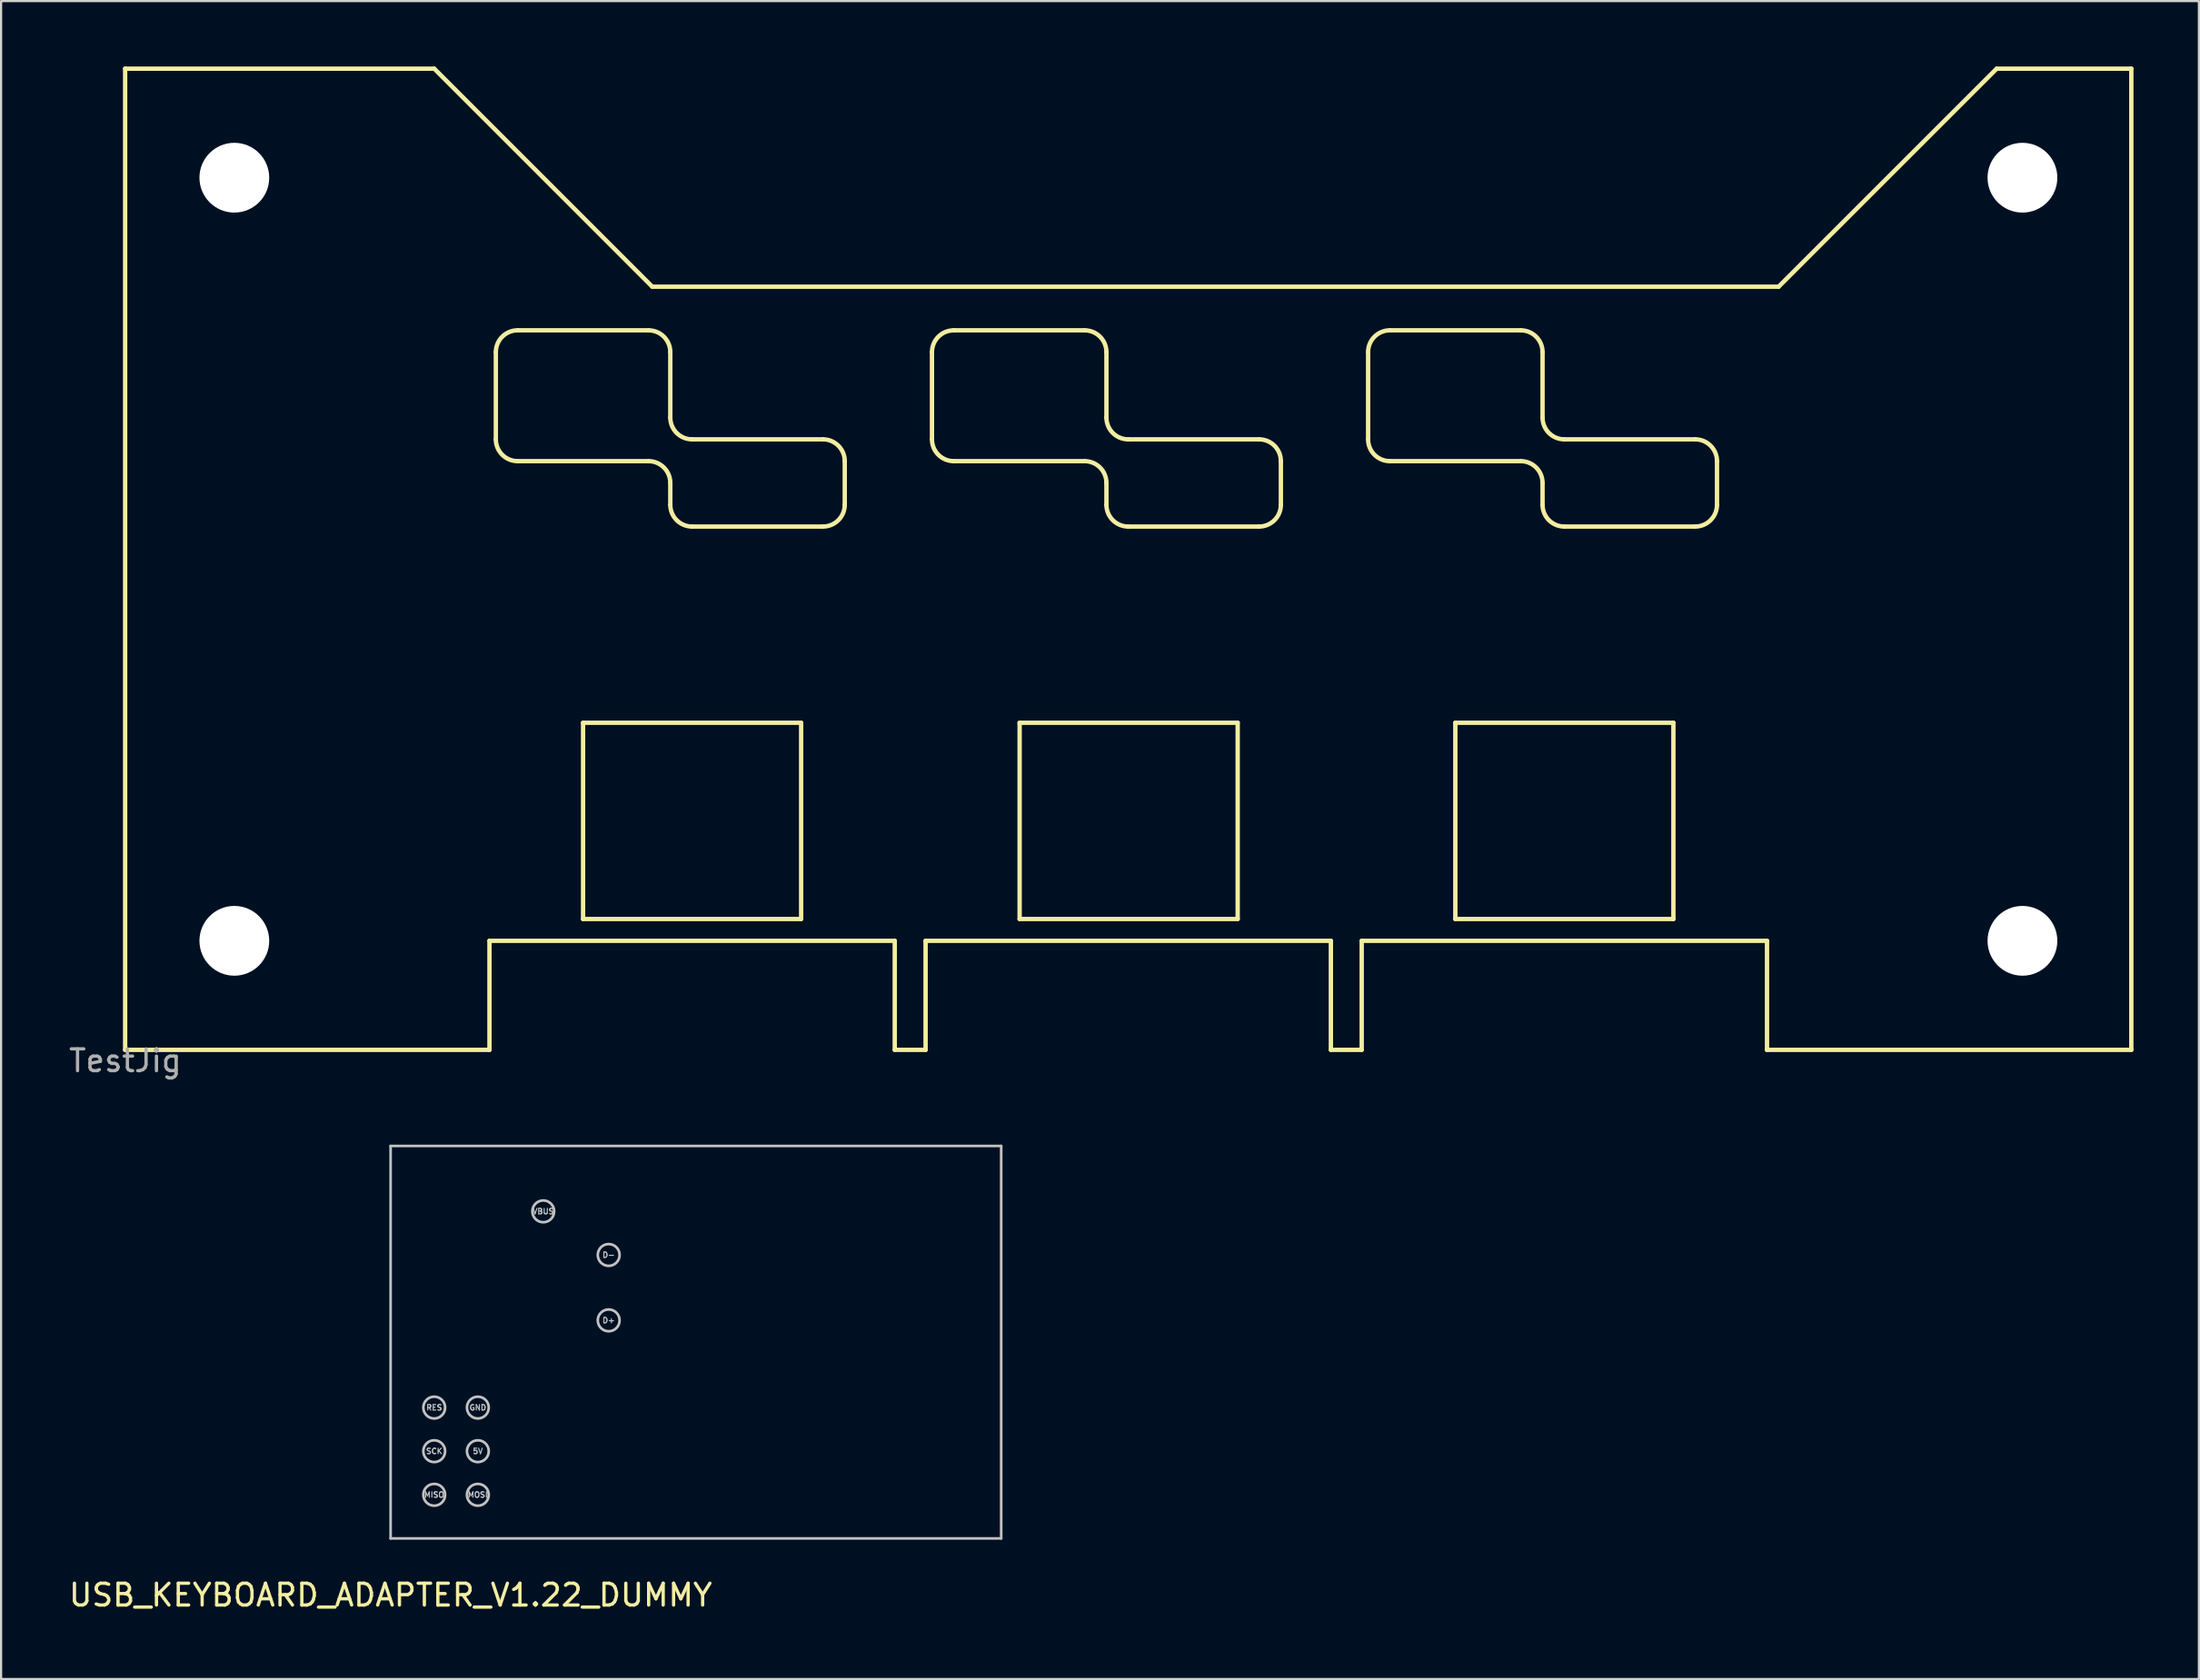
<source format=kicad_pcb>
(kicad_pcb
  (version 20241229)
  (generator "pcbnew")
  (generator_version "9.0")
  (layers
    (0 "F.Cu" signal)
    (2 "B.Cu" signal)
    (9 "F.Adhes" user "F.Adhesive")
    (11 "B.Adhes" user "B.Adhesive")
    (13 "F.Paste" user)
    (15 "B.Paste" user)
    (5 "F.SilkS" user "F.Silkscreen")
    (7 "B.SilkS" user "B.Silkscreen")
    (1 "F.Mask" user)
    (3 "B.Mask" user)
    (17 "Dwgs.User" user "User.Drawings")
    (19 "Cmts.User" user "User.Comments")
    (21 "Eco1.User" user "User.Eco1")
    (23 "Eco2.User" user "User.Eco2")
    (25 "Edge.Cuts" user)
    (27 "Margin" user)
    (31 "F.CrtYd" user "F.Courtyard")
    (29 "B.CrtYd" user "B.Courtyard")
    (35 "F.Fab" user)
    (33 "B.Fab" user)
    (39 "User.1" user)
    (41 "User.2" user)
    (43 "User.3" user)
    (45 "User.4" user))
  (footprint "USB_KEYBOARD_ADAPTER_V1.22_DUMMY"
    (layer "F.Cu")
    (at 14.863 67.508)
    (property "Reference" "USB_KEYBOARD_ADAPTER_V1.22_DUMMY" (at 0 2.6 0) (layer "F.SilkS") (effects (font (size 1 1) (thickness 0.15))))
    (attr exclude_from_pos_files exclude_from_bom)
    (fp_line (start 0 -18) (end 28 -18) (stroke (width 0.12) (type solid)) (layer "Dwgs.User"))
    (fp_line (start 0 0) (end 0 -18) (stroke (width 0.12) (type solid)) (layer "Dwgs.User"))
    (fp_line (start 28 -18) (end 28 0) (stroke (width 0.12) (type solid)) (layer "Dwgs.User"))
    (fp_line (start 28 0) (end 0 0) (stroke (width 0.12) (type solid)) (layer "Dwgs.User"))
    (fp_circle (center 2 -6) (end 2 -5.5) (stroke (width 0.12) (type solid)) (fill no) (layer "Dwgs.User"))
    (fp_circle (center 2 -4) (end 2 -3.5) (stroke (width 0.12) (type solid)) (fill no) (layer "Dwgs.User"))
    (fp_circle (center 2 -2) (end 2.5 -2) (stroke (width 0.12) (type solid)) (fill no) (layer "Dwgs.User"))
    (fp_circle (center 4 -6) (end 4 -5.5) (stroke (width 0.12) (type solid)) (fill no) (layer "Dwgs.User"))
    (fp_circle (center 4 -4) (end 4 -3.5) (stroke (width 0.12) (type solid)) (fill no) (layer "Dwgs.User"))
    (fp_circle (center 4 -2) (end 3.5 -2) (stroke (width 0.12) (type solid)) (fill no) (layer "Dwgs.User"))
    (fp_circle (center 7 -15) (end 7 -14.5) (stroke (width 0.12) (type solid)) (fill no) (layer "Dwgs.User"))
    (fp_circle (center 10 -13) (end 10 -13.5) (stroke (width 0.12) (type solid)) (fill no) (layer "Dwgs.User"))
    (fp_circle (center 10 -10) (end 10 -10.5) (stroke (width 0.12) (type solid)) (fill no) (layer "Dwgs.User"))
    (fp_text user "RES" (at 2 -6 0) (layer "Dwgs.User") (effects (font (size 0.25 0.25) (thickness 0.05))))
    (fp_text user "D+" (at 10 -10 0) (layer "Dwgs.User") (effects (font (size 0.25 0.25) (thickness 0.05))))
    (fp_text user "VBUS" (at 7 -15 0) (layer "Dwgs.User") (effects (font (size 0.25 0.25) (thickness 0.05))))
    (fp_text user "GND" (at 4 -6 0) (layer "Dwgs.User") (effects (font (size 0.25 0.25) (thickness 0.05))))
    (fp_text user "D-" (at 10 -13 0) (layer "Dwgs.User") (effects (font (size 0.25 0.25) (thickness 0.05))))
    (fp_text user "5V" (at 4 -4 0) (layer "Dwgs.User") (effects (font (size 0.25 0.25) (thickness 0.05))))
    (fp_text user "SCK" (at 2 -4 0) (layer "Dwgs.User") (effects (font (size 0.25 0.25) (thickness 0.05))))
    (fp_text user "MISO" (at 2 -2 0) (layer "Dwgs.User") (effects (font (size 0.25 0.25) (thickness 0.05))))
    (fp_text user "MOSI" (at 4 -2 0) (layer "Dwgs.User") (effects (font (size 0.25 0.25) (thickness 0.05)))))
  (footprint "TestJig"
    (layer "F.Cu")
    (at 2.696 45.1)
    (property "Reference" "TestJig" (at 0 0.5 0) (layer "F.Fab") (effects (font (size 1 1) (thickness 0.15))))
    (attr exclude_from_pos_files exclude_from_bom)
    (fp_line (start -0.007 -45) (end -0.007 0) (stroke (width 0.2) (type solid)) (layer "F.SilkS"))
    (fp_line (start -0.007 0) (end 16.7 0) (stroke (width 0.2) (type solid)) (layer "F.SilkS"))
    (fp_line (start 14.168 -45) (end -0.007 -45) (stroke (width 0.2) (type solid)) (layer "F.SilkS"))
    (fp_line (start 16.7 -5) (end 35.286 -5) (stroke (width 0.2) (type solid)) (layer "F.SilkS"))
    (fp_line (start 16.7 0) (end 16.7 -5) (stroke (width 0.2) (type solid)) (layer "F.SilkS"))
    (fp_line (start 16.993 -32) (end 16.993 -28) (stroke (width 0.2) (type solid)) (layer "F.SilkS"))
    (fp_line (start 17.993 -27) (end 23.993 -27) (stroke (width 0.2) (type solid)) (layer "F.SilkS"))
    (fp_line (start 20.993 -15) (end 30.993 -15) (stroke (width 0.2) (type solid)) (layer "F.SilkS"))
    (fp_line (start 20.993 -6) (end 20.993 -15) (stroke (width 0.2) (type solid)) (layer "F.SilkS"))
    (fp_line (start 23.993 -33) (end 17.993 -33) (stroke (width 0.2) (type solid)) (layer "F.SilkS"))
    (fp_line (start 24.168 -35) (end 14.168 -45) (stroke (width 0.2) (type solid)) (layer "F.SilkS"))
    (fp_line (start 24.993 -29) (end 24.993 -32) (stroke (width 0.2) (type solid)) (layer "F.SilkS"))
    (fp_line (start 24.993 -26) (end 24.993 -25) (stroke (width 0.2) (type solid)) (layer "F.SilkS"))
    (fp_line (start 25.993 -24) (end 31.993 -24) (stroke (width 0.2) (type solid)) (layer "F.SilkS"))
    (fp_line (start 30.993 -15) (end 30.993 -6) (stroke (width 0.2) (type solid)) (layer "F.SilkS"))
    (fp_line (start 30.993 -6) (end 20.993 -6) (stroke (width 0.2) (type solid)) (layer "F.SilkS"))
    (fp_line (start 31.993 -28) (end 25.993 -28) (stroke (width 0.2) (type solid)) (layer "F.SilkS"))
    (fp_line (start 32.993 -25) (end 32.993 -27) (stroke (width 0.2) (type solid)) (layer "F.SilkS"))
    (fp_line (start 35.286 -5) (end 35.286 0) (stroke (width 0.2) (type solid)) (layer "F.SilkS"))
    (fp_line (start 35.286 0) (end 36.7 0) (stroke (width 0.2) (type solid)) (layer "F.SilkS"))
    (fp_line (start 36.7 -5) (end 55.286 -5) (stroke (width 0.2) (type solid)) (layer "F.SilkS"))
    (fp_line (start 36.7 0) (end 36.7 -5) (stroke (width 0.2) (type solid)) (layer "F.SilkS"))
    (fp_line (start 36.993 -32) (end 36.993 -28) (stroke (width 0.2) (type solid)) (layer "F.SilkS"))
    (fp_line (start 37.993 -27) (end 43.993 -27) (stroke (width 0.2) (type solid)) (layer "F.SilkS"))
    (fp_line (start 41.012 -15) (end 51.012 -15) (stroke (width 0.2) (type solid)) (layer "F.SilkS"))
    (fp_line (start 41.012 -6) (end 41.012 -15) (stroke (width 0.2) (type solid)) (layer "F.SilkS"))
    (fp_line (start 43.993 -33) (end 37.993 -33) (stroke (width 0.2) (type solid)) (layer "F.SilkS"))
    (fp_line (start 44.993 -29) (end 44.993 -32) (stroke (width 0.2) (type solid)) (layer "F.SilkS"))
    (fp_line (start 44.993 -26) (end 44.993 -25) (stroke (width 0.2) (type solid)) (layer "F.SilkS"))
    (fp_line (start 45.993 -24) (end 51.993 -24) (stroke (width 0.2) (type solid)) (layer "F.SilkS"))
    (fp_line (start 51.012 -15) (end 51.012 -6) (stroke (width 0.2) (type solid)) (layer "F.SilkS"))
    (fp_line (start 51.012 -6) (end 41.012 -6) (stroke (width 0.2) (type solid)) (layer "F.SilkS"))
    (fp_line (start 51.993 -28) (end 45.993 -28) (stroke (width 0.2) (type solid)) (layer "F.SilkS"))
    (fp_line (start 52.993 -25) (end 52.993 -27) (stroke (width 0.2) (type solid)) (layer "F.SilkS"))
    (fp_line (start 55.286 -5) (end 55.286 0) (stroke (width 0.2) (type solid)) (layer "F.SilkS"))
    (fp_line (start 55.286 0) (end 56.7 0) (stroke (width 0.2) (type solid)) (layer "F.SilkS"))
    (fp_line (start 56.7 -5) (end 75.286 -5) (stroke (width 0.2) (type solid)) (layer "F.SilkS"))
    (fp_line (start 56.7 0) (end 56.7 -5) (stroke (width 0.2) (type solid)) (layer "F.SilkS"))
    (fp_line (start 56.993 -32) (end 56.993 -28) (stroke (width 0.2) (type solid)) (layer "F.SilkS"))
    (fp_line (start 57.993 -27) (end 63.993 -27) (stroke (width 0.2) (type solid)) (layer "F.SilkS"))
    (fp_line (start 60.993 -15) (end 70.993 -15) (stroke (width 0.2) (type solid)) (layer "F.SilkS"))
    (fp_line (start 60.993 -6) (end 60.993 -15) (stroke (width 0.2) (type solid)) (layer "F.SilkS"))
    (fp_line (start 63.993 -33) (end 57.993 -33) (stroke (width 0.2) (type solid)) (layer "F.SilkS"))
    (fp_line (start 64.993 -29) (end 64.993 -32) (stroke (width 0.2) (type solid)) (layer "F.SilkS"))
    (fp_line (start 64.993 -26) (end 64.993 -25) (stroke (width 0.2) (type solid)) (layer "F.SilkS"))
    (fp_line (start 65.993 -24) (end 71.993 -24) (stroke (width 0.2) (type solid)) (layer "F.SilkS"))
    (fp_line (start 70.993 -15) (end 70.993 -6) (stroke (width 0.2) (type solid)) (layer "F.SilkS"))
    (fp_line (start 70.993 -6) (end 60.993 -6) (stroke (width 0.2) (type solid)) (layer "F.SilkS"))
    (fp_line (start 71.993 -28) (end 65.993 -28) (stroke (width 0.2) (type solid)) (layer "F.SilkS"))
    (fp_line (start 72.993 -25) (end 72.993 -27) (stroke (width 0.2) (type solid)) (layer "F.SilkS"))
    (fp_line (start 75.286 -5) (end 75.286 0) (stroke (width 0.2) (type solid)) (layer "F.SilkS"))
    (fp_line (start 75.286 0) (end 91.993 0) (stroke (width 0.2) (type solid)) (layer "F.SilkS"))
    (fp_line (start 75.818 -35) (end 24.168 -35) (stroke (width 0.2) (type solid)) (layer "F.SilkS"))
    (fp_line (start 85.818 -45) (end 75.818 -35) (stroke (width 0.2) (type solid)) (layer "F.SilkS"))
    (fp_line (start 91.993 -45) (end 85.818 -45) (stroke (width 0.2) (type solid)) (layer "F.SilkS"))
    (fp_line (start 91.993 0) (end 91.993 -45) (stroke (width 0.2) (type solid)) (layer "F.SilkS"))
    (fp_arc (start 16.992895 -32.000001) (mid 17.285788 -32.707107) (end 17.992894 -33) (stroke (width 0.2) (type solid)) (layer "F.SilkS"))
    (fp_arc (start 17.992894 -26.999999) (mid 17.285787 -27.292892) (end 16.992894 -27.999999) (stroke (width 0.2) (type solid)) (layer "F.SilkS"))
    (fp_arc (start 23.992896 -33) (mid 24.700003 -32.707107) (end 24.992896 -32) (stroke (width 0.2) (type solid)) (layer "F.SilkS"))
    (fp_arc (start 23.992896 -26.999999) (mid 24.700003 -26.707106) (end 24.992896 -25.999999) (stroke (width 0.2) (type solid)) (layer "F.SilkS"))
    (fp_arc (start 25.992896 -27.999999) (mid 25.285789 -28.292892) (end 24.992896 -28.999999) (stroke (width 0.2) (type solid)) (layer "F.SilkS"))
    (fp_arc (start 25.992896 -23.999999) (mid 25.285789 -24.292892) (end 24.992896 -24.999999) (stroke (width 0.2) (type solid)) (layer "F.SilkS"))
    (fp_arc (start 31.992896 -27.999999) (mid 32.700003 -27.707106) (end 32.992896 -26.999999) (stroke (width 0.2) (type solid)) (layer "F.SilkS"))
    (fp_arc (start 32.992896 -24.999999) (mid 32.700003 -24.292892) (end 31.992896 -23.999999) (stroke (width 0.2) (type solid)) (layer "F.SilkS"))
    (fp_arc (start 36.992895 -32.000001) (mid 37.285788 -32.707107) (end 37.992894 -33) (stroke (width 0.2) (type solid)) (layer "F.SilkS"))
    (fp_arc (start 37.992894 -26.999999) (mid 37.285787 -27.292892) (end 36.992894 -27.999999) (stroke (width 0.2) (type solid)) (layer "F.SilkS"))
    (fp_arc (start 43.992896 -33) (mid 44.700003 -32.707107) (end 44.992896 -32) (stroke (width 0.2) (type solid)) (layer "F.SilkS"))
    (fp_arc (start 43.992896 -26.999999) (mid 44.700003 -26.707106) (end 44.992896 -25.999999) (stroke (width 0.2) (type solid)) (layer "F.SilkS"))
    (fp_arc (start 45.992896 -27.999999) (mid 45.285789 -28.292892) (end 44.992896 -28.999999) (stroke (width 0.2) (type solid)) (layer "F.SilkS"))
    (fp_arc (start 45.992896 -24) (mid 45.285789 -24.292893) (end 44.992896 -25) (stroke (width 0.2) (type solid)) (layer "F.SilkS"))
    (fp_arc (start 51.992896 -27.999999) (mid 52.700003 -27.707106) (end 52.992896 -26.999999) (stroke (width 0.2) (type solid)) (layer "F.SilkS"))
    (fp_arc (start 52.992897 -25.000001) (mid 52.700003 -24.292894) (end 51.992896 -24) (stroke (width 0.2) (type solid)) (layer "F.SilkS"))
    (fp_arc (start 56.992894 -32) (mid 57.285787 -32.707107) (end 57.992894 -33) (stroke (width 0.2) (type solid)) (layer "F.SilkS"))
    (fp_arc (start 57.992894 -26.999999) (mid 57.285787 -27.292892) (end 56.992894 -27.999999) (stroke (width 0.2) (type solid)) (layer "F.SilkS"))
    (fp_arc (start 63.992896 -33) (mid 64.700003 -32.707107) (end 64.992896 -32) (stroke (width 0.2) (type solid)) (layer "F.SilkS"))
    (fp_arc (start 63.992896 -26.999999) (mid 64.700003 -26.707106) (end 64.992896 -25.999999) (stroke (width 0.2) (type solid)) (layer "F.SilkS"))
    (fp_arc (start 65.992896 -27.999999) (mid 65.285789 -28.292892) (end 64.992896 -28.999999) (stroke (width 0.2) (type solid)) (layer "F.SilkS"))
    (fp_arc (start 65.992896 -23.999999) (mid 65.285789 -24.292892) (end 64.992896 -24.999999) (stroke (width 0.2) (type solid)) (layer "F.SilkS"))
    (fp_arc (start 71.992896 -27.999999) (mid 72.700003 -27.707106) (end 72.992896 -26.999999) (stroke (width 0.2) (type solid)) (layer "F.SilkS"))
    (fp_arc (start 72.992896 -24.999999) (mid 72.700003 -24.292892) (end 71.992896 -23.999999) (stroke (width 0.2) (type solid)) (layer "F.SilkS"))
    (fp_circle (center 4.993 -40) (end 6.393 -40) (stroke (width 0.2) (type solid)) (fill no) (layer "F.SilkS"))
    (fp_circle (center 4.993 -5) (end 6.393 -5) (stroke (width 0.2) (type solid)) (fill no) (layer "F.SilkS"))
    (fp_circle (center 86.993 -40) (end 88.393 -40) (stroke (width 0.2) (type solid)) (fill no) (layer "F.SilkS"))
    (fp_circle (center 86.993 -5) (end 88.393 -5) (stroke (width 0.2) (type solid)) (fill no) (layer "F.SilkS"))
    (pad "" np_thru_hole circle (at 5 -40) (size 3.2 3.2) (drill 3.2) (layers "*.Cu" "*.Mask"))
    (pad "" np_thru_hole circle (at 5 -5) (size 3.2 3.2) (drill 3.2) (layers "*.Cu" "*.Mask"))
    (pad "" np_thru_hole circle (at 87 -40) (size 3.2 3.2) (drill 3.2) (layers "*.Cu" "*.Mask"))
    (pad "" np_thru_hole circle (at 87 -5) (size 3.2 3.2) (drill 3.2) (layers "*.Cu" "*.Mask")))
  (gr_rect
    (start -3 -3)
    (end 97.789 73.957)
    (stroke (width 0.1) (type default))
    (fill no)
    (layer "Edge.Cuts")))
</source>
